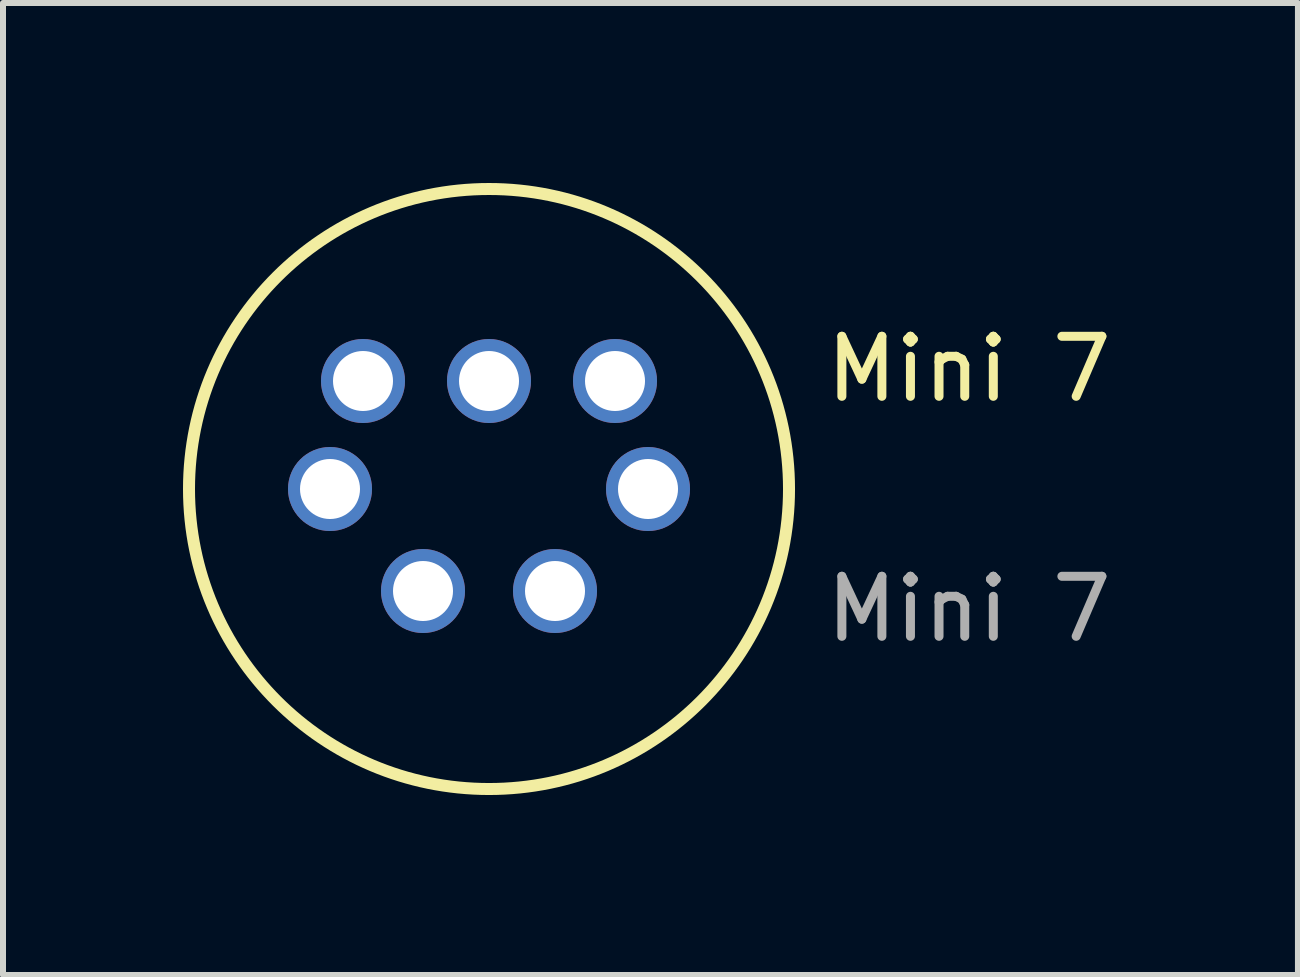
<source format=kicad_pcb>
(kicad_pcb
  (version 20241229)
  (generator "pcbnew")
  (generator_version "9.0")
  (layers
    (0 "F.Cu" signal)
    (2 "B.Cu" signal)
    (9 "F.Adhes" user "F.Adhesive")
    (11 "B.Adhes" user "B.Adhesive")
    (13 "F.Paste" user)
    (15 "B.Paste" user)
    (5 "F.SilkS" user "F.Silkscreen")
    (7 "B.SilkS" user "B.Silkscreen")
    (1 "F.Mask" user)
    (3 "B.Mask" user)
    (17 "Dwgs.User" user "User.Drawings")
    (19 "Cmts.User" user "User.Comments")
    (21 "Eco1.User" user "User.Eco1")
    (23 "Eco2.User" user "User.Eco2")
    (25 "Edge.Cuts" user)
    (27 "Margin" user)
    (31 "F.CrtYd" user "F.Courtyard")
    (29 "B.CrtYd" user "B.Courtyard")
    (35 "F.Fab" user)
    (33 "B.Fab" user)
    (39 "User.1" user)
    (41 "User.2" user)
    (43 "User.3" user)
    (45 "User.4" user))
  (footprint "Mini 7"
    (layer "F.Cu")
    (at 5.1 5.1)
    (property "Reference" "Mini 7" (at 8 -2 0) (unlocked yes) (layer "F.SilkS") (effects (font (size 1 1) (thickness 0.15))))
    (attr smd)
    (fp_circle (center 0 0) (end 5 0) (stroke (width 0.2) (type solid)) (fill no) (layer "F.SilkS"))
    (fp_text user "${REFERENCE}" (at 8 2 0) (unlocked yes) (layer "F.Fab") (effects (font (size 1 1) (thickness 0.15))))
    (pad "1" thru_hole circle (at 1.1 1.7) (size 1.4 1.4) (drill 1) (layers "*.Cu" "*.Mask"))
    (pad "2" thru_hole circle (at -1.1 1.7) (size 1.4 1.4) (drill 1) (layers "*.Cu" "*.Mask"))
    (pad "3" thru_hole circle (at 2.65 0) (size 1.4 1.4) (drill 1) (layers "*.Cu" "*.Mask"))
    (pad "4" thru_hole circle (at -2.65 0) (size 1.4 1.4) (drill 1) (layers "*.Cu" "*.Mask"))
    (pad "5" thru_hole circle (at 2.1 -1.8) (size 1.4 1.4) (drill 1) (layers "*.Cu" "*.Mask"))
    (pad "6" thru_hole circle (at 0 -1.8) (size 1.4 1.4) (drill 1) (layers "*.Cu" "*.Mask"))
    (pad "7" thru_hole circle (at -2.1 -1.8) (size 1.4 1.4) (drill 1) (layers "*.Cu" "*.Mask")))
  (gr_rect
    (start -3 -3)
    (end 18.582 13.2)
    (stroke (width 0.1) (type default))
    (fill no)
    (layer "Edge.Cuts")))
</source>
